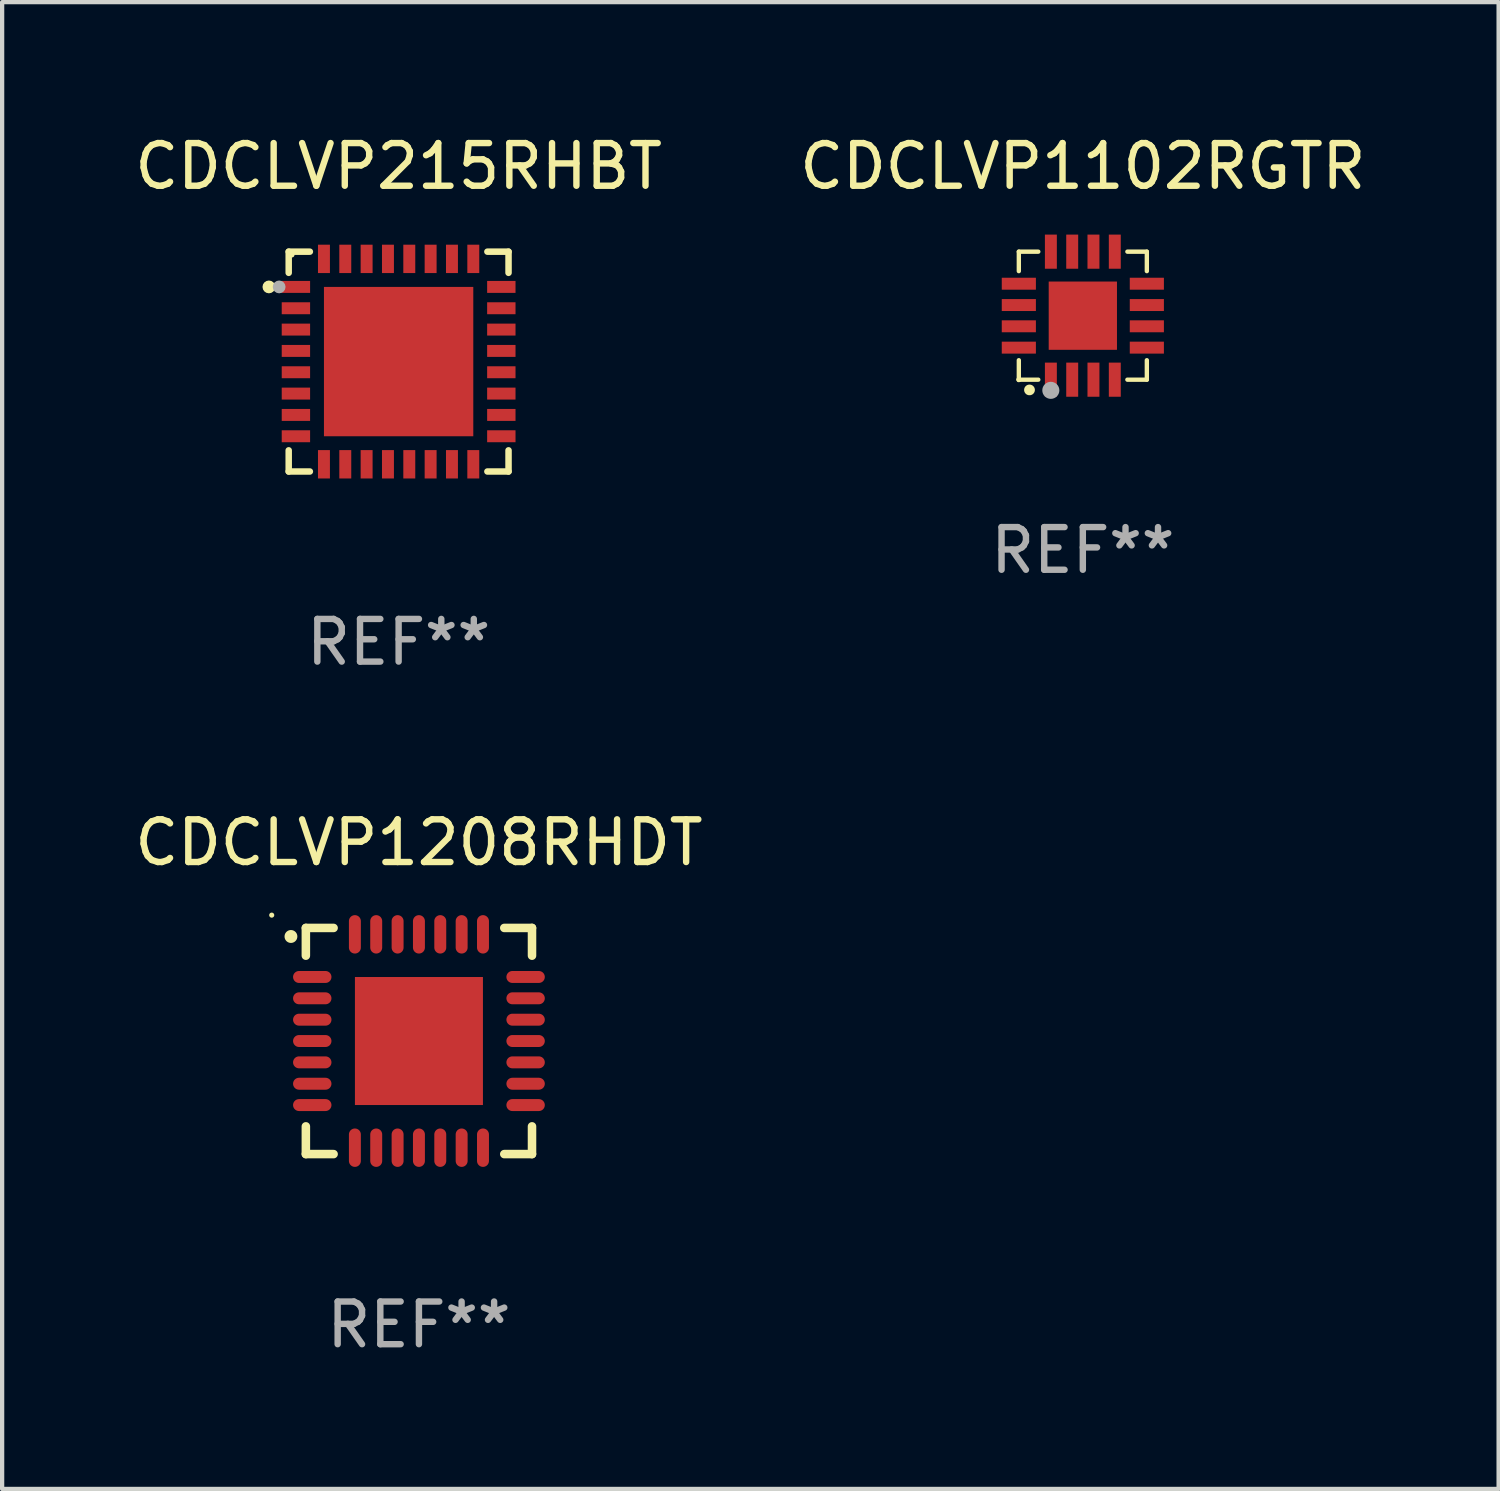
<source format=kicad_pcb>
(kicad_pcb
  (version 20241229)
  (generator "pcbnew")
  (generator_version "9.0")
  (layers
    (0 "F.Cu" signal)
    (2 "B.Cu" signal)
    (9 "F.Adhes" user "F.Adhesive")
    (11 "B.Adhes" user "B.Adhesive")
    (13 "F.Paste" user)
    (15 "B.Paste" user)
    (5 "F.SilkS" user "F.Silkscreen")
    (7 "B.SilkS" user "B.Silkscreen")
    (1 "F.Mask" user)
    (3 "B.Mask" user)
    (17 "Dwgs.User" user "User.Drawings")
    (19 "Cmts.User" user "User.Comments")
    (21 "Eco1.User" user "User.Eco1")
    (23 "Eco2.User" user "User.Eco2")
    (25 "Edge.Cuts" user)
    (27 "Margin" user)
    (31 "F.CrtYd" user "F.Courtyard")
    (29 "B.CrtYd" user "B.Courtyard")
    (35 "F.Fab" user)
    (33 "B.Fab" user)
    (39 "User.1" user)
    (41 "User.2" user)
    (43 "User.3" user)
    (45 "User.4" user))
  (footprint "CDCLVP1208RHDT"
    (layer "F.Cu")
    (at 6.768 21.347)
    (property "Reference" "CDCLVP1208RHDT" (at 0 -4.65 0) (layer "F.SilkS") (effects (font (size 1 1) (thickness 0.15))))
    (attr through_hole)
    (fp_line (start -2.65 -2.65) (end -2 -2.65) (stroke (width 0.2) (type solid)) (layer "F.SilkS"))
    (fp_line (start -2.65 -2) (end -2.65 -2.65) (stroke (width 0.2) (type solid)) (layer "F.SilkS"))
    (fp_line (start -2.65 2) (end -2.65 2.65) (stroke (width 0.2) (type solid)) (layer "F.SilkS"))
    (fp_line (start -2.65 2.65) (end -2 2.65) (stroke (width 0.2) (type solid)) (layer "F.SilkS"))
    (fp_line (start 2 2.65) (end 2.65 2.65) (stroke (width 0.2) (type solid)) (layer "F.SilkS"))
    (fp_line (start 2.65 -2.65) (end 2 -2.65) (stroke (width 0.2) (type solid)) (layer "F.SilkS"))
    (fp_line (start 2.65 -2) (end 2.65 -2.65) (stroke (width 0.2) (type solid)) (layer "F.SilkS"))
    (fp_line (start 2.65 2.65) (end 2.65 2) (stroke (width 0.2) (type solid)) (layer "F.SilkS"))
    (fp_arc (start -2.999746 -2.448565) (mid -2.999751 -2.449835) (end -2.999746 -2.451105) (stroke (width 0.3) (type solid)) (layer "F.SilkS"))
    (fp_circle (center -3.45 -2.95) (end -3.42 -2.95) (stroke (width 0.06) (type solid)) (fill no) (layer "F.SilkS"))
    (fp_text user "REF**" (at 0 6.65 0) (layer "F.Fab") (effects (font (size 1 1) (thickness 0.15))))
    (pad "1" smd oval (at -2.5 -1.501 90) (size 0.28 0.9) (layers "F.Cu" "F.Mask" "F.Paste"))
    (pad "2" smd oval (at -2.5 -1.001 90) (size 0.28 0.9) (layers "F.Cu" "F.Mask" "F.Paste"))
    (pad "3" smd oval (at -2.5 -0.5 90) (size 0.28 0.9) (layers "F.Cu" "F.Mask" "F.Paste"))
    (pad "4" smd oval (at -2.5 0 90) (size 0.28 0.9) (layers "F.Cu" "F.Mask" "F.Paste"))
    (pad "5" smd oval (at -2.5 0.5 90) (size 0.28 0.9) (layers "F.Cu" "F.Mask" "F.Paste"))
    (pad "6" smd oval (at -2.5 1.001 90) (size 0.28 0.9) (layers "F.Cu" "F.Mask" "F.Paste"))
    (pad "7" smd oval (at -2.5 1.501 90) (size 0.28 0.9) (layers "F.Cu" "F.Mask" "F.Paste"))
    (pad "8" smd oval (at -1.501 2.5) (size 0.28 0.9) (layers "F.Cu" "F.Mask" "F.Paste"))
    (pad "9" smd oval (at -1.001 2.5) (size 0.28 0.9) (layers "F.Cu" "F.Mask" "F.Paste"))
    (pad "10" smd oval (at -0.5 2.5) (size 0.28 0.9) (layers "F.Cu" "F.Mask" "F.Paste"))
    (pad "11" smd oval (at 0 2.5) (size 0.28 0.9) (layers "F.Cu" "F.Mask" "F.Paste"))
    (pad "12" smd oval (at 0.5 2.5) (size 0.28 0.9) (layers "F.Cu" "F.Mask" "F.Paste"))
    (pad "13" smd oval (at 1.001 2.5) (size 0.28 0.9) (layers "F.Cu" "F.Mask" "F.Paste"))
    (pad "14" smd oval (at 1.501 2.5) (size 0.28 0.9) (layers "F.Cu" "F.Mask" "F.Paste"))
    (pad "15" smd oval (at 2.5 1.501 90) (size 0.28 0.9) (layers "F.Cu" "F.Mask" "F.Paste"))
    (pad "16" smd oval (at 2.5 1.001 90) (size 0.28 0.9) (layers "F.Cu" "F.Mask" "F.Paste"))
    (pad "17" smd oval (at 2.5 0.5 90) (size 0.28 0.9) (layers "F.Cu" "F.Mask" "F.Paste"))
    (pad "18" smd oval (at 2.5 0 90) (size 0.28 0.9) (layers "F.Cu" "F.Mask" "F.Paste"))
    (pad "19" smd oval (at 2.5 -0.5 90) (size 0.28 0.9) (layers "F.Cu" "F.Mask" "F.Paste"))
    (pad "20" smd oval (at 2.5 -1.001 90) (size 0.28 0.9) (layers "F.Cu" "F.Mask" "F.Paste"))
    (pad "21" smd oval (at 2.5 -1.501 90) (size 0.28 0.9) (layers "F.Cu" "F.Mask" "F.Paste"))
    (pad "22" smd oval (at 1.501 -2.5) (size 0.28 0.9) (layers "F.Cu" "F.Mask" "F.Paste"))
    (pad "23" smd oval (at 1.001 -2.5) (size 0.28 0.9) (layers "F.Cu" "F.Mask" "F.Paste"))
    (pad "24" smd oval (at 0.5 -2.5) (size 0.28 0.9) (layers "F.Cu" "F.Mask" "F.Paste"))
    (pad "25" smd oval (at 0 -2.5) (size 0.28 0.9) (layers "F.Cu" "F.Mask" "F.Paste"))
    (pad "26" smd oval (at -0.5 -2.5) (size 0.28 0.9) (layers "F.Cu" "F.Mask" "F.Paste"))
    (pad "27" smd oval (at -1.001 -2.5) (size 0.28 0.9) (layers "F.Cu" "F.Mask" "F.Paste"))
    (pad "28" smd oval (at -1.501 -2.5) (size 0.28 0.9) (layers "F.Cu" "F.Mask" "F.Paste"))
    (pad "29" smd rect (at 0 0) (size 3 3) (layers "F.Cu" "F.Mask" "F.Paste")))
  (footprint "CDCLVP215RHBT"
    (layer "F.Cu")
    (at 6.292 5.424)
    (property "Reference" "CDCLVP215RHBT" (at 0 -4.576 0) (layer "F.SilkS") (effects (font (size 1 1) (thickness 0.15))))
    (attr through_hole)
    (fp_line (start -2.576 -2.576) (end -2.576 -2.08) (stroke (width 0.152) (type solid)) (layer "F.SilkS"))
    (fp_line (start -2.576 2.576) (end -2.576 2.08) (stroke (width 0.152) (type solid)) (layer "F.SilkS"))
    (fp_line (start -2.08 -2.576) (end -2.576 -2.576) (stroke (width 0.152) (type solid)) (layer "F.SilkS"))
    (fp_line (start -2.08 2.576) (end -2.576 2.576) (stroke (width 0.152) (type solid)) (layer "F.SilkS"))
    (fp_line (start 2.08 -2.576) (end 2.576 -2.576) (stroke (width 0.152) (type solid)) (layer "F.SilkS"))
    (fp_line (start 2.08 2.576) (end 2.576 2.576) (stroke (width 0.152) (type solid)) (layer "F.SilkS"))
    (fp_line (start 2.576 -2.576) (end 2.576 -2.08) (stroke (width 0.152) (type solid)) (layer "F.SilkS"))
    (fp_line (start 2.576 2.576) (end 2.576 2.08) (stroke (width 0.152) (type solid)) (layer "F.SilkS"))
    (fp_circle (center -3.04 -1.75) (end -2.965 -1.75) (stroke (width 0.15) (type solid)) (fill no) (layer "F.SilkS"))
    (fp_circle (center -2.5 -2.5) (end -2.47 -2.5) (stroke (width 0.06) (type solid)) (fill no) (layer "F.SilkS"))
    (fp_circle (center -2.8 -1.75) (end -2.725 -1.75) (stroke (width 0.15) (type solid)) (fill no) (layer "F.Fab"))
    (fp_text user "REF**" (at 0 6.576 0) (layer "F.Fab") (effects (font (size 1 1) (thickness 0.15))))
    (pad "1" smd rect (at -2.407 -1.75) (size 0.665 0.28) (layers "F.Cu" "F.Mask" "F.Paste"))
    (pad "2" smd rect (at -2.407 -1.25) (size 0.665 0.28) (layers "F.Cu" "F.Mask" "F.Paste"))
    (pad "3" smd rect (at -2.407 -0.75) (size 0.665 0.28) (layers "F.Cu" "F.Mask" "F.Paste"))
    (pad "4" smd rect (at -2.407 -0.25) (size 0.665 0.28) (layers "F.Cu" "F.Mask" "F.Paste"))
    (pad "5" smd rect (at -2.407 0.25) (size 0.665 0.28) (layers "F.Cu" "F.Mask" "F.Paste"))
    (pad "6" smd rect (at -2.407 0.75) (size 0.665 0.28) (layers "F.Cu" "F.Mask" "F.Paste"))
    (pad "7" smd rect (at -2.407 1.25) (size 0.665 0.28) (layers "F.Cu" "F.Mask" "F.Paste"))
    (pad "8" smd rect (at -2.407 1.75) (size 0.665 0.28) (layers "F.Cu" "F.Mask" "F.Paste"))
    (pad "9" smd rect (at -1.75 2.407) (size 0.28 0.665) (layers "F.Cu" "F.Mask" "F.Paste"))
    (pad "10" smd rect (at -1.25 2.407) (size 0.28 0.665) (layers "F.Cu" "F.Mask" "F.Paste"))
    (pad "11" smd rect (at -0.75 2.407) (size 0.28 0.665) (layers "F.Cu" "F.Mask" "F.Paste"))
    (pad "12" smd rect (at -0.25 2.407) (size 0.28 0.665) (layers "F.Cu" "F.Mask" "F.Paste"))
    (pad "13" smd rect (at 0.25 2.407) (size 0.28 0.665) (layers "F.Cu" "F.Mask" "F.Paste"))
    (pad "14" smd rect (at 0.75 2.407) (size 0.28 0.665) (layers "F.Cu" "F.Mask" "F.Paste"))
    (pad "15" smd rect (at 1.25 2.407) (size 0.28 0.665) (layers "F.Cu" "F.Mask" "F.Paste"))
    (pad "16" smd rect (at 1.75 2.407) (size 0.28 0.665) (layers "F.Cu" "F.Mask" "F.Paste"))
    (pad "17" smd rect (at 2.407 1.75) (size 0.665 0.28) (layers "F.Cu" "F.Mask" "F.Paste"))
    (pad "18" smd rect (at 2.407 1.25) (size 0.665 0.28) (layers "F.Cu" "F.Mask" "F.Paste"))
    (pad "19" smd rect (at 2.407 0.75) (size 0.665 0.28) (layers "F.Cu" "F.Mask" "F.Paste"))
    (pad "20" smd rect (at 2.407 0.25) (size 0.665 0.28) (layers "F.Cu" "F.Mask" "F.Paste"))
    (pad "21" smd rect (at 2.407 -0.25) (size 0.665 0.28) (layers "F.Cu" "F.Mask" "F.Paste"))
    (pad "22" smd rect (at 2.407 -0.75) (size 0.665 0.28) (layers "F.Cu" "F.Mask" "F.Paste"))
    (pad "23" smd rect (at 2.407 -1.25) (size 0.665 0.28) (layers "F.Cu" "F.Mask" "F.Paste"))
    (pad "24" smd rect (at 2.407 -1.75) (size 0.665 0.28) (layers "F.Cu" "F.Mask" "F.Paste"))
    (pad "25" smd rect (at 1.75 -2.407) (size 0.28 0.665) (layers "F.Cu" "F.Mask" "F.Paste"))
    (pad "26" smd rect (at 1.25 -2.407) (size 0.28 0.665) (layers "F.Cu" "F.Mask" "F.Paste"))
    (pad "27" smd rect (at 0.75 -2.407) (size 0.28 0.665) (layers "F.Cu" "F.Mask" "F.Paste"))
    (pad "28" smd rect (at 0.25 -2.407) (size 0.28 0.665) (layers "F.Cu" "F.Mask" "F.Paste"))
    (pad "29" smd rect (at -0.25 -2.407) (size 0.28 0.665) (layers "F.Cu" "F.Mask" "F.Paste"))
    (pad "30" smd rect (at -0.75 -2.407) (size 0.28 0.665) (layers "F.Cu" "F.Mask" "F.Paste"))
    (pad "31" smd rect (at -1.25 -2.407) (size 0.28 0.665) (layers "F.Cu" "F.Mask" "F.Paste"))
    (pad "32" smd rect (at -1.75 -2.407) (size 0.28 0.665) (layers "F.Cu" "F.Mask" "F.Paste"))
    (pad "33" smd rect (at 0 0) (size 3.5 3.5) (layers "F.Cu" "F.Mask" "F.Paste")))
  (footprint "CDCLVP1102RGTR"
    (layer "F.Cu")
    (at 22.327 4.348)
    (property "Reference" "CDCLVP1102RGTR" (at 0 -3.5 0) (layer "F.SilkS") (effects (font (size 1 1) (thickness 0.15))))
    (attr through_hole)
    (fp_line (start -1.5 -1.5) (end -1.5 -1.044) (stroke (width 0.102) (type solid)) (layer "F.SilkS"))
    (fp_line (start -1.5 -1.5) (end -1.044 -1.5) (stroke (width 0.102) (type solid)) (layer "F.SilkS"))
    (fp_line (start -1.5 1.044) (end -1.5 1.5) (stroke (width 0.102) (type solid)) (layer "F.SilkS"))
    (fp_line (start -1.5 1.5) (end -1.044 1.5) (stroke (width 0.102) (type solid)) (layer "F.SilkS"))
    (fp_line (start 1.044 -1.5) (end 1.5 -1.5) (stroke (width 0.102) (type solid)) (layer "F.SilkS"))
    (fp_line (start 1.044 1.5) (end 1.5 1.5) (stroke (width 0.102) (type solid)) (layer "F.SilkS"))
    (fp_line (start 1.5 -1.044) (end 1.5 -1.5) (stroke (width 0.102) (type solid)) (layer "F.SilkS"))
    (fp_line (start 1.5 1.5) (end 1.5 1.044) (stroke (width 0.102) (type solid)) (layer "F.SilkS"))
    (fp_arc (start -1.251384 1.74003) (mid -1.250114 1.739959) (end -1.248844 1.74003) (stroke (width 0.25) (type solid)) (layer "F.SilkS"))
    (fp_circle (center -1.5 1.5) (end -1.47 1.5) (stroke (width 0.06) (type solid)) (fill no) (layer "F.SilkS"))
    (fp_circle (center -0.75 1.75) (end -0.65 1.75) (stroke (width 0.2) (type solid)) (fill no) (layer "F.Fab"))
    (fp_text user "REF**" (at 0 5.5 0) (layer "F.Fab") (effects (font (size 1 1) (thickness 0.15))))
    (pad "1" smd rect (at -0.749 1.5) (size 0.28 0.8) (layers "F.Cu" "F.Mask" "F.Paste"))
    (pad "2" smd rect (at -0.249 1.5) (size 0.28 0.8) (layers "F.Cu" "F.Mask" "F.Paste"))
    (pad "3" smd rect (at 0.249 1.5) (size 0.28 0.8) (layers "F.Cu" "F.Mask" "F.Paste"))
    (pad "4" smd rect (at 0.749 1.5) (size 0.28 0.8) (layers "F.Cu" "F.Mask" "F.Paste"))
    (pad "5" smd rect (at 1.5 0.749) (size 0.8 0.28) (layers "F.Cu" "F.Mask" "F.Paste"))
    (pad "6" smd rect (at 1.5 0.249) (size 0.8 0.28) (layers "F.Cu" "F.Mask" "F.Paste"))
    (pad "7" smd rect (at 1.5 -0.249) (size 0.8 0.28) (layers "F.Cu" "F.Mask" "F.Paste"))
    (pad "8" smd rect (at 1.5 -0.749) (size 0.8 0.28) (layers "F.Cu" "F.Mask" "F.Paste"))
    (pad "9" smd rect (at 0.749 -1.5) (size 0.28 0.8) (layers "F.Cu" "F.Mask" "F.Paste"))
    (pad "10" smd rect (at 0.249 -1.5) (size 0.28 0.8) (layers "F.Cu" "F.Mask" "F.Paste"))
    (pad "11" smd rect (at -0.249 -1.5) (size 0.28 0.8) (layers "F.Cu" "F.Mask" "F.Paste"))
    (pad "12" smd rect (at -0.749 -1.5) (size 0.28 0.8) (layers "F.Cu" "F.Mask" "F.Paste"))
    (pad "13" smd rect (at -1.5 -0.749) (size 0.8 0.28) (layers "F.Cu" "F.Mask" "F.Paste"))
    (pad "14" smd rect (at -1.5 -0.249) (size 0.8 0.28) (layers "F.Cu" "F.Mask" "F.Paste"))
    (pad "15" smd rect (at -1.5 0.249) (size 0.8 0.28) (layers "F.Cu" "F.Mask" "F.Paste"))
    (pad "16" smd rect (at -1.5 0.749) (size 0.8 0.28) (layers "F.Cu" "F.Mask" "F.Paste"))
    (pad "17" smd rect (at 0 0.000152 90) (size 1.6 1.6) (layers "F.Cu" "F.Mask" "F.Paste")))
  (gr_rect
    (start -3 -3)
    (end 32.071 31.845)
    (stroke (width 0.1) (type default))
    (fill no)
    (layer "Edge.Cuts")))
</source>
